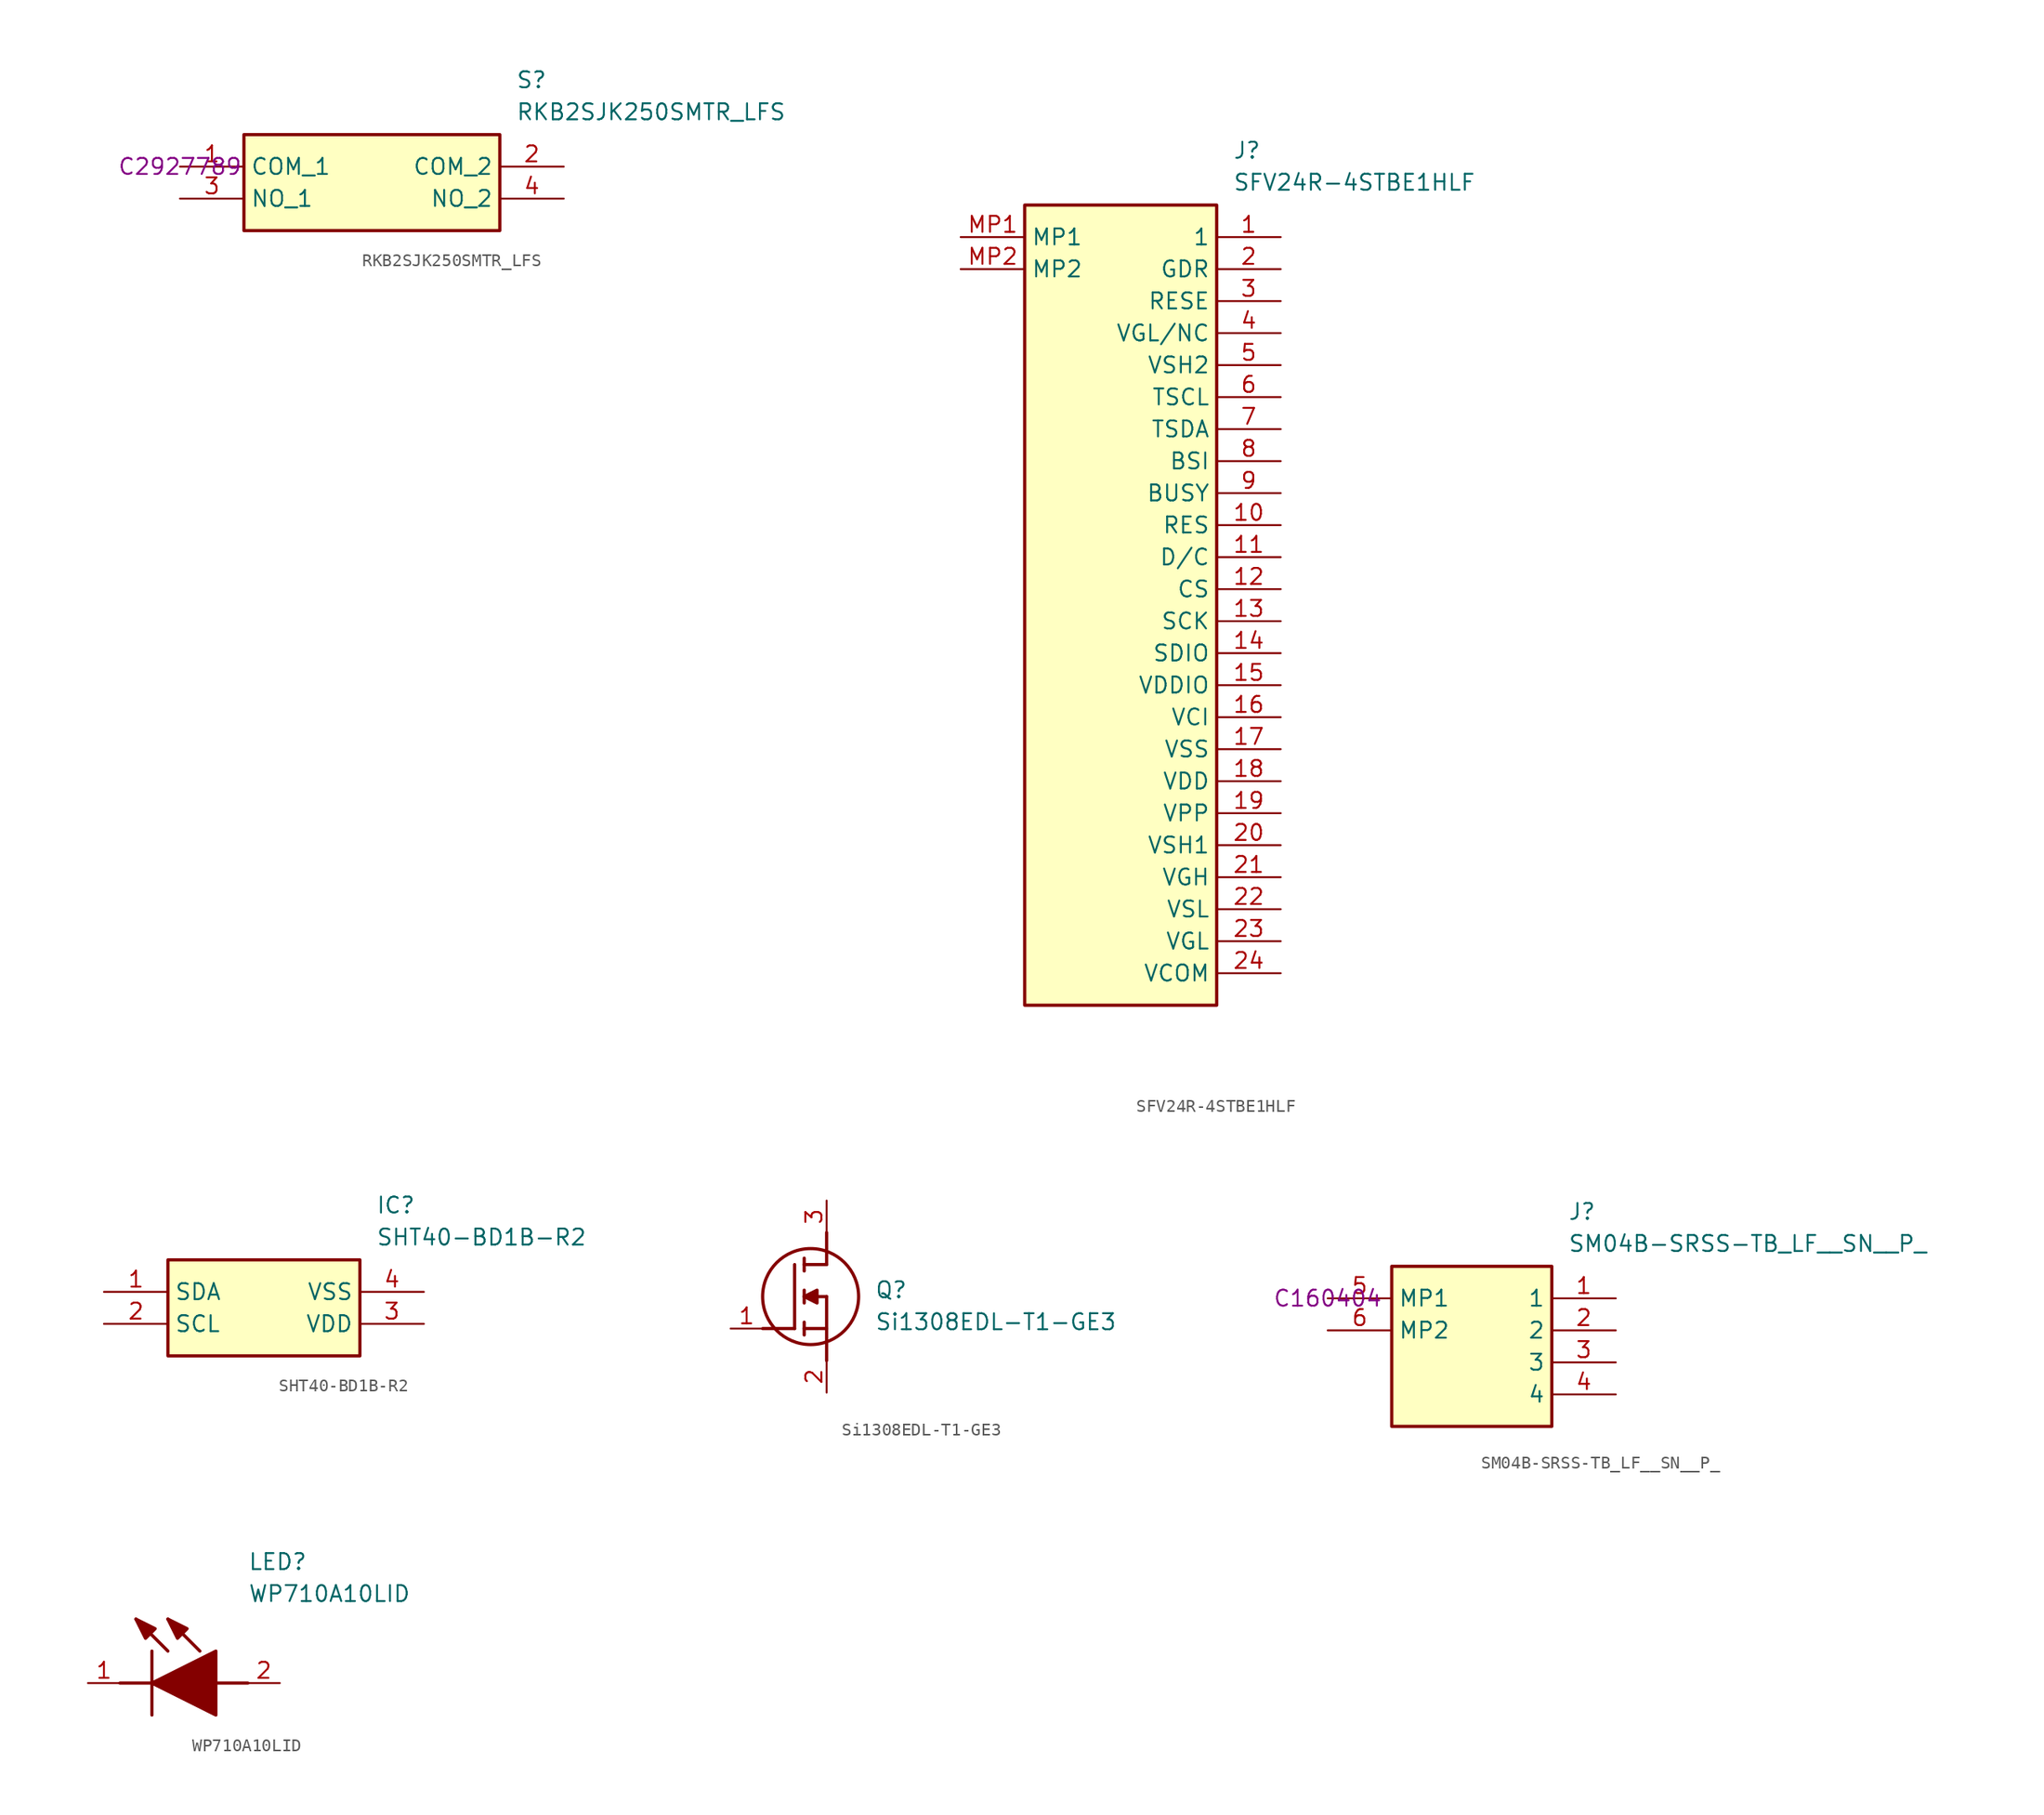
<source format=kicad_sym>
(kicad_symbol_lib
  (version 20231120)
  (generator "kicad_symbol_editor")
  (generator_version "8.0")
  (symbol "RKB2SJK250SMTR_LFS"
    (property "Reference" "S"
      (at 26.67 7.62 0)
      (effects (font (size 1.27 1.27)) (justify left top)))
    (property "Value" "RKB2SJK250SMTR_LFS"
      (at 26.67 5.08 0)
      (effects (font (size 1.27 1.27)) (justify left top)))
    (property "LCSC Part #" "C2927789"
      (at 0 0 0)
      (effects (font (size 1.27 1.27))))
    (symbol "RKB2SJK250SMTR_LFS_1_1"
      (rectangle (start 5.08 2.54) (end 25.4 -5.08) (stroke (width 0.254) (type default)) (fill (type background)))
      (pin passive line (at 0 0 0) (length 5.08) (name "COM_1" (effects (font (size 1.27 1.27)))) (number "1" (effects (font (size 1.27 1.27)))))
      (pin passive line (at 30.48 0 180) (length 5.08) (name "COM_2" (effects (font (size 1.27 1.27)))) (number "2" (effects (font (size 1.27 1.27)))))
      (pin passive line (at 0 -2.54 0) (length 5.08) (name "NO_1" (effects (font (size 1.27 1.27)))) (number "3" (effects (font (size 1.27 1.27)))))
      (pin passive line (at 30.48 -2.54 180) (length 5.08) (name "NO_2" (effects (font (size 1.27 1.27)))) (number "4" (effects (font (size 1.27 1.27)))))))
  (symbol "SFV24R-4STBE1HLF"
    (property "Reference" "J"
      (at 21.59 7.62 0)
      (effects (font (size 1.27 1.27)) (justify left top)))
    (property "Value" "SFV24R-4STBE1HLF"
      (at 21.59 5.08 0)
      (effects (font (size 1.27 1.27)) (justify left top)))
    (symbol "SFV24R-4STBE1HLF_1_1"
      (rectangle (start 5.08 2.54) (end 20.32 -60.96) (stroke (width 0.254) (type default)) (fill (type background)))
      (pin passive line (at 25.4 0 180) (length 5.08) (name "1" (effects (font (size 1.27 1.27)))) (number "1" (effects (font (size 1.27 1.27)))))
      (pin passive line (at 25.4 -22.86 180) (length 5.08) (name "RES" (effects (font (size 1.27 1.27)))) (number "10" (effects (font (size 1.27 1.27)))))
      (pin passive line (at 25.4 -25.4 180) (length 5.08) (name "D/C" (effects (font (size 1.27 1.27)))) (number "11" (effects (font (size 1.27 1.27)))))
      (pin passive line (at 25.4 -27.94 180) (length 5.08) (name "CS" (effects (font (size 1.27 1.27)))) (number "12" (effects (font (size 1.27 1.27)))))
      (pin passive line (at 25.4 -30.48 180) (length 5.08) (name "SCK" (effects (font (size 1.27 1.27)))) (number "13" (effects (font (size 1.27 1.27)))))
      (pin passive line (at 25.4 -33.02 180) (length 5.08) (name "SDIO" (effects (font (size 1.27 1.27)))) (number "14" (effects (font (size 1.27 1.27)))))
      (pin passive line (at 25.4 -35.56 180) (length 5.08) (name "VDDIO" (effects (font (size 1.27 1.27)))) (number "15" (effects (font (size 1.27 1.27)))))
      (pin passive line (at 25.4 -38.1 180) (length 5.08) (name "VCI" (effects (font (size 1.27 1.27)))) (number "16" (effects (font (size 1.27 1.27)))))
      (pin passive line (at 25.4 -40.64 180) (length 5.08) (name "VSS" (effects (font (size 1.27 1.27)))) (number "17" (effects (font (size 1.27 1.27)))))
      (pin passive line (at 25.4 -43.18 180) (length 5.08) (name "VDD" (effects (font (size 1.27 1.27)))) (number "18" (effects (font (size 1.27 1.27)))))
      (pin passive line (at 25.4 -45.72 180) (length 5.08) (name "VPP" (effects (font (size 1.27 1.27)))) (number "19" (effects (font (size 1.27 1.27)))))
      (pin passive line (at 25.4 -2.54 180) (length 5.08) (name "GDR" (effects (font (size 1.27 1.27)))) (number "2" (effects (font (size 1.27 1.27)))))
      (pin passive line (at 25.4 -48.26 180) (length 5.08) (name "VSH1" (effects (font (size 1.27 1.27)))) (number "20" (effects (font (size 1.27 1.27)))))
      (pin passive line (at 25.4 -50.8 180) (length 5.08) (name "VGH" (effects (font (size 1.27 1.27)))) (number "21" (effects (font (size 1.27 1.27)))))
      (pin passive line (at 25.4 -53.34 180) (length 5.08) (name "VSL" (effects (font (size 1.27 1.27)))) (number "22" (effects (font (size 1.27 1.27)))))
      (pin passive line (at 25.4 -55.88 180) (length 5.08) (name "VGL" (effects (font (size 1.27 1.27)))) (number "23" (effects (font (size 1.27 1.27)))))
      (pin passive line (at 25.4 -58.42 180) (length 5.08) (name "VCOM" (effects (font (size 1.27 1.27)))) (number "24" (effects (font (size 1.27 1.27)))))
      (pin passive line (at 25.4 -5.08 180) (length 5.08) (name "RESE" (effects (font (size 1.27 1.27)))) (number "3" (effects (font (size 1.27 1.27)))))
      (pin passive line (at 25.4 -7.62 180) (length 5.08) (name "VGL/NC" (effects (font (size 1.27 1.27)))) (number "4" (effects (font (size 1.27 1.27)))))
      (pin passive line (at 25.4 -10.16 180) (length 5.08) (name "VSH2" (effects (font (size 1.27 1.27)))) (number "5" (effects (font (size 1.27 1.27)))))
      (pin passive line (at 25.4 -12.7 180) (length 5.08) (name "TSCL" (effects (font (size 1.27 1.27)))) (number "6" (effects (font (size 1.27 1.27)))))
      (pin passive line (at 25.4 -15.24 180) (length 5.08) (name "TSDA" (effects (font (size 1.27 1.27)))) (number "7" (effects (font (size 1.27 1.27)))))
      (pin passive line (at 25.4 -17.78 180) (length 5.08) (name "BSI" (effects (font (size 1.27 1.27)))) (number "8" (effects (font (size 1.27 1.27)))))
      (pin passive line (at 25.4 -20.32 180) (length 5.08) (name "BUSY" (effects (font (size 1.27 1.27)))) (number "9" (effects (font (size 1.27 1.27)))))
      (pin passive line (at 0 0 0) (length 5.08) (name "MP1" (effects (font (size 1.27 1.27)))) (number "MP1" (effects (font (size 1.27 1.27)))))
      (pin passive line (at 0 -2.54 0) (length 5.08) (name "MP2" (effects (font (size 1.27 1.27)))) (number "MP2" (effects (font (size 1.27 1.27)))))))
  (symbol "SHT40-BD1B-R2"
    (property "Reference" "IC"
      (at 21.59 7.62 0)
      (effects (font (size 1.27 1.27)) (justify left top)))
    (property "Value" "SHT40-BD1B-R2"
      (at 21.59 5.08 0)
      (effects (font (size 1.27 1.27)) (justify left top)))
    (symbol "SHT40-BD1B-R2_1_1"
      (rectangle (start 5.08 2.54) (end 20.32 -5.08) (stroke (width 0.254) (type default)) (fill (type background)))
      (pin passive line (at 0 0 0) (length 5.08) (name "SDA" (effects (font (size 1.27 1.27)))) (number "1" (effects (font (size 1.27 1.27)))))
      (pin passive line (at 0 -2.54 0) (length 5.08) (name "SCL" (effects (font (size 1.27 1.27)))) (number "2" (effects (font (size 1.27 1.27)))))
      (pin passive line (at 25.4 -2.54 180) (length 5.08) (name "VDD" (effects (font (size 1.27 1.27)))) (number "3" (effects (font (size 1.27 1.27)))))
      (pin passive line (at 25.4 0 180) (length 5.08) (name "VSS" (effects (font (size 1.27 1.27)))) (number "4" (effects (font (size 1.27 1.27)))))))
  (symbol "Si1308EDL-T1-GE3"
    (pin_names hide)
    (property "Reference" "Q"
      (at 11.43 3.81 0)
      (effects (font (size 1.27 1.27)) (justify left top)))
    (property "Value" "Si1308EDL-T1-GE3"
      (at 11.43 1.27 0)
      (effects (font (size 1.27 1.27)) (justify left top)))
    (symbol "Si1308EDL-T1-GE3_1_1"
      (polyline (pts (xy 2.54 0) (xy 5.08 0)) (stroke (width 0.254) (type default)) (fill (type none)))
      (polyline (pts (xy 5.08 5.08) (xy 5.08 0)) (stroke (width 0.254) (type default)) (fill (type none)))
      (polyline (pts (xy 5.842 -0.508) (xy 5.842 0.508)) (stroke (width 0.254) (type default)) (fill (type none)))
      (polyline (pts (xy 5.842 0) (xy 7.62 0)) (stroke (width 0.254) (type default)) (fill (type none)))
      (polyline (pts (xy 5.842 2.032) (xy 5.842 3.048)) (stroke (width 0.254) (type default)) (fill (type none)))
      (polyline (pts (xy 5.842 5.588) (xy 5.842 4.572)) (stroke (width 0.254) (type default)) (fill (type none)))
      (polyline (pts (xy 7.62 2.54) (xy 5.842 2.54)) (stroke (width 0.254) (type default)) (fill (type none)))
      (polyline (pts (xy 7.62 2.54) (xy 7.62 -2.54)) (stroke (width 0.254) (type default)) (fill (type none)))
      (polyline (pts (xy 7.62 5.08) (xy 5.842 5.08)) (stroke (width 0.254) (type default)) (fill (type none)))
      (polyline (pts (xy 7.62 5.08) (xy 7.62 7.62)) (stroke (width 0.254) (type default)) (fill (type none)))
      (polyline (pts (xy 5.842 2.54) (xy 6.858 3.048) (xy 6.858 2.032) (xy 5.842 2.54)) (stroke (width 0.254) (type default)) (fill (type outline)))
      (circle (center 6.35 2.54) (radius 3.81) (stroke (width 0.254) (type default)) (fill (type none)))
      (pin passive line (at 0 0 0) (length 2.54) (name "G" (effects (font (size 1.27 1.27)))) (number "1" (effects (font (size 1.27 1.27)))))
      (pin passive line (at 7.62 -5.08 90) (length 2.54) (name "S" (effects (font (size 1.27 1.27)))) (number "2" (effects (font (size 1.27 1.27)))))
      (pin passive line (at 7.62 10.16 270) (length 2.54) (name "D" (effects (font (size 1.27 1.27)))) (number "3" (effects (font (size 1.27 1.27)))))))
  (symbol "SM04B-SRSS-TB_LF__SN__P_"
    (property "Reference" "J"
      (at 19.05 7.62 0)
      (effects (font (size 1.27 1.27)) (justify left top)))
    (property "Value" "SM04B-SRSS-TB_LF__SN__P_"
      (at 19.05 5.08 0)
      (effects (font (size 1.27 1.27)) (justify left top)))
    (property "LCSC Part #" "C160404"
      (at 0 0 0)
      (effects (font (size 1.27 1.27))))
    (symbol "SM04B-SRSS-TB_LF__SN__P__1_1"
      (rectangle (start 5.08 2.54) (end 17.78 -10.16) (stroke (width 0.254) (type default)) (fill (type background)))
      (pin passive line (at 22.86 0 180) (length 5.08) (name "1" (effects (font (size 1.27 1.27)))) (number "1" (effects (font (size 1.27 1.27)))))
      (pin passive line (at 22.86 -2.54 180) (length 5.08) (name "2" (effects (font (size 1.27 1.27)))) (number "2" (effects (font (size 1.27 1.27)))))
      (pin passive line (at 22.86 -5.08 180) (length 5.08) (name "3" (effects (font (size 1.27 1.27)))) (number "3" (effects (font (size 1.27 1.27)))))
      (pin passive line (at 22.86 -7.62 180) (length 5.08) (name "4" (effects (font (size 1.27 1.27)))) (number "4" (effects (font (size 1.27 1.27)))))
      (pin passive line (at 0 0 0) (length 5.08) (name "MP1" (effects (font (size 1.27 1.27)))) (number "5" (effects (font (size 1.27 1.27)))))
      (pin passive line (at 0 -2.54 0) (length 5.08) (name "MP2" (effects (font (size 1.27 1.27)))) (number "6" (effects (font (size 1.27 1.27)))))))
  (symbol "WP710A10LID"
    (pin_names hide)
    (property "Reference" "LED"
      (at 12.7 8.89 0)
      (effects (font (size 1.27 1.27)) (justify left bottom)))
    (property "Value" "WP710A10LID"
      (at 12.7 6.35 0)
      (effects (font (size 1.27 1.27)) (justify left bottom)))
    (symbol "WP710A10LID_1_1"
      (polyline (pts (xy 2.54 0) (xy 5.08 0)) (stroke (width 0.254) (type default)) (fill (type none)))
      (polyline (pts (xy 5.08 2.54) (xy 5.08 -2.54)) (stroke (width 0.254) (type default)) (fill (type none)))
      (polyline (pts (xy 6.35 2.54) (xy 3.81 5.08)) (stroke (width 0.254) (type default)) (fill (type none)))
      (polyline (pts (xy 8.89 2.54) (xy 6.35 5.08)) (stroke (width 0.254) (type default)) (fill (type none)))
      (polyline (pts (xy 10.16 0) (xy 12.7 0)) (stroke (width 0.254) (type default)) (fill (type none)))
      (polyline (pts (xy 5.08 0) (xy 10.16 2.54) (xy 10.16 -2.54) (xy 5.08 0)) (stroke (width 0.254) (type default)) (fill (type outline)))
      (polyline (pts (xy 5.334 4.318) (xy 4.572 3.556) (xy 3.81 5.08) (xy 5.334 4.318)) (stroke (width 0.254) (type default)) (fill (type outline)))
      (polyline (pts (xy 7.874 4.318) (xy 7.112 3.556) (xy 6.35 5.08) (xy 7.874 4.318)) (stroke (width 0.254) (type default)) (fill (type outline)))
      (pin passive line (at 0 0 0) (length 2.54) (name "K" (effects (font (size 1.27 1.27)))) (number "1" (effects (font (size 1.27 1.27)))))
      (pin passive line (at 15.24 0 180) (length 2.54) (name "A" (effects (font (size 1.27 1.27)))) (number "2" (effects (font (size 1.27 1.27))))))))
</source>
